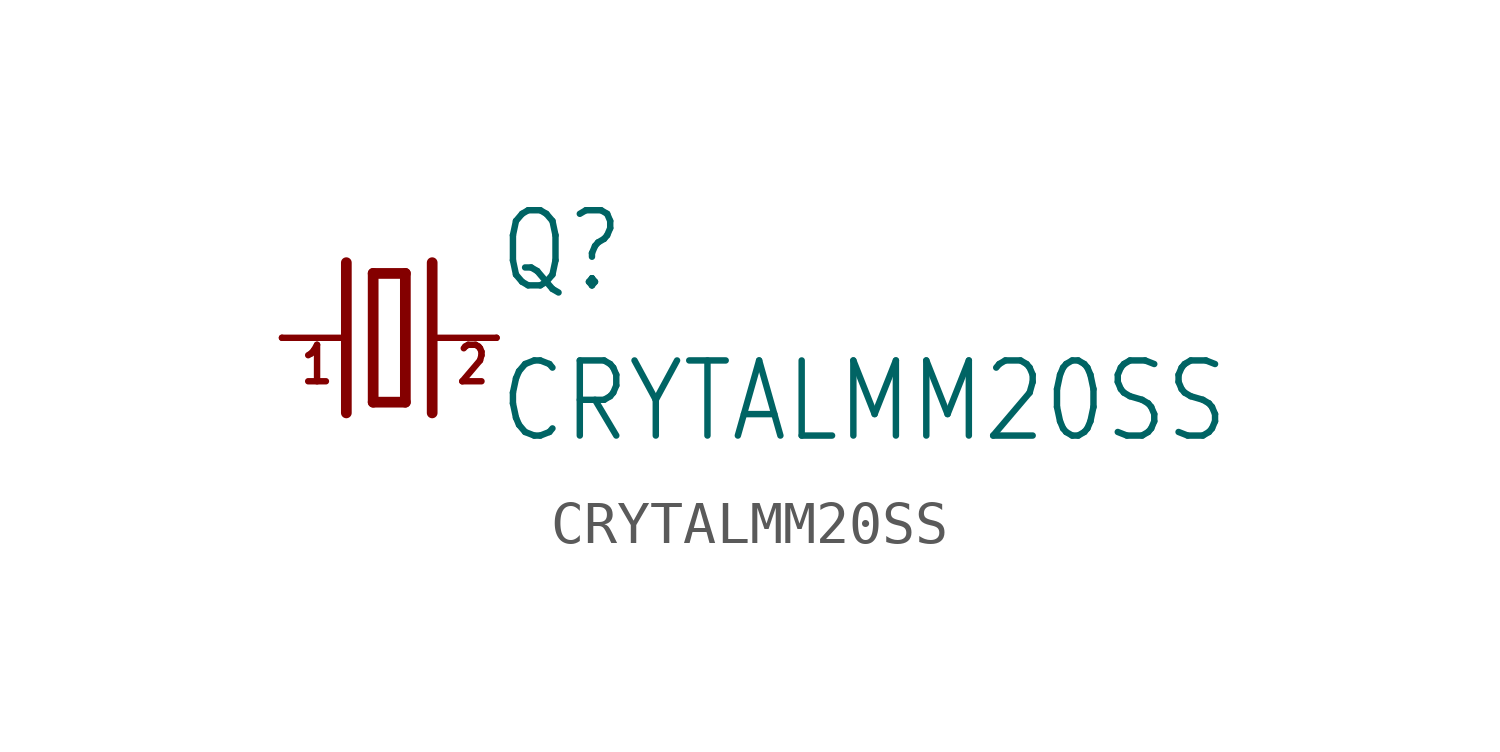
<source format=kicad_sym>
(kicad_symbol_lib
  (version 20211014)
  (generator kicad_symbol_editor)
  (symbol "CRYTALMM20SS"
    (property "Reference" "Q"
      (at 2.54 1.016 0)
      (effects (font (size 1.778 1.511)) (justify left bottom)))
    (property "Value" "CRYTALMM20SS"
      (at 2.54 -2.54 0)
      (effects (font (size 1.778 1.511)) (justify left bottom)))
    (property "ki_locked" ""
      (at 0 0 0)
      (effects (font (size 1.27 1.27))))
    (symbol "CRYTALMM20SS_1_0"
      (polyline (pts (xy -2.54 0) (xy -1.016 0)) (stroke (width 0.152) (type default) (color 0 0 0 0)) (fill (type none)))
      (polyline (pts (xy -1.016 1.778) (xy -1.016 -1.778)) (stroke (width 0.254) (type default) (color 0 0 0 0)) (fill (type none)))
      (polyline (pts (xy -0.381 -1.524) (xy 0.381 -1.524)) (stroke (width 0.254) (type default) (color 0 0 0 0)) (fill (type none)))
      (polyline (pts (xy -0.381 1.524) (xy -0.381 -1.524)) (stroke (width 0.254) (type default) (color 0 0 0 0)) (fill (type none)))
      (polyline (pts (xy 0.381 -1.524) (xy 0.381 1.524)) (stroke (width 0.254) (type default) (color 0 0 0 0)) (fill (type none)))
      (polyline (pts (xy 0.381 1.524) (xy -0.381 1.524)) (stroke (width 0.254) (type default) (color 0 0 0 0)) (fill (type none)))
      (polyline (pts (xy 1.016 0) (xy 2.54 0)) (stroke (width 0.152) (type default) (color 0 0 0 0)) (fill (type none)))
      (polyline (pts (xy 1.016 1.778) (xy 1.016 -1.778)) (stroke (width 0.254) (type default) (color 0 0 0 0)) (fill (type none)))
      (text "1" (at -2.159 -1.143 0) (effects (font (size 0.864 0.734)) (justify left bottom)))
      (text "2" (at 1.524 -1.143 0) (effects (font (size 0.864 0.734)) (justify left bottom)))
      (pin passive line (at -2.54 0 0) (length 0) (name "1" (effects (font (size 0 0)))) (number "1" (effects (font (size 0 0)))))
      (pin passive line (at 2.54 0 180) (length 0) (name "2" (effects (font (size 0 0)))) (number "4" (effects (font (size 0 0))))))))
</source>
